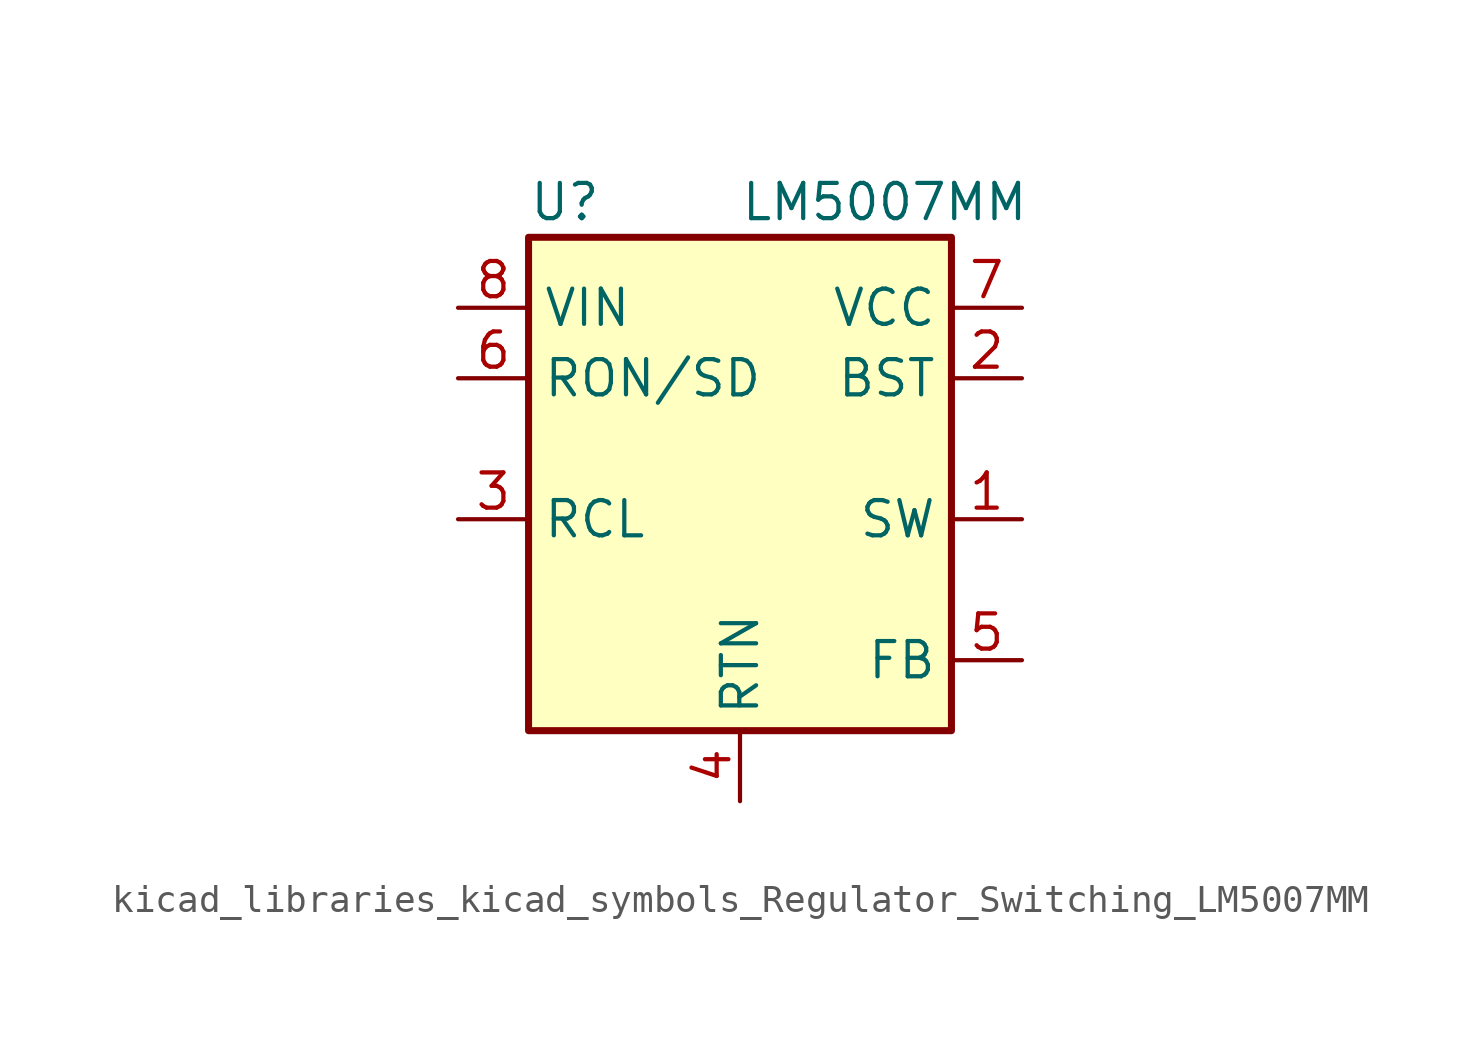
<source format=kicad_sym>
(kicad_symbol_lib
  (version 20220914)
  (generator kicad_symbol_editor)
  (symbol "kicad_libraries_kicad_symbols_Regulator_Switching_LM5007MM"
    (property "Reference" "U"
      (at -7.62 8.89 0)
      (effects (font (size 1.27 1.27)) (justify left)))
    (property "Value" "LM5007MM"
      (at 0 8.89 0)
      (effects (font (size 1.27 1.27)) (justify left)))
    (symbol "kicad_libraries_kicad_symbols_Regulator_Switching_LM5007MM_0_1"
      (rectangle (start -7.62 7.62) (end 7.62 -10.16) (stroke (width 0.254) (type default)) (fill (type background))))
    (symbol "kicad_libraries_kicad_symbols_Regulator_Switching_LM5007MM_1_1"
      (pin output line (at 10.16 -2.54 180) (length 2.54) (name "SW" (effects (font (size 1.27 1.27)))) (number "1" (effects (font (size 1.27 1.27)))))
      (pin input line (at 10.16 2.54 180) (length 2.54) (name "BST" (effects (font (size 1.27 1.27)))) (number "2" (effects (font (size 1.27 1.27)))))
      (pin input line (at -10.16 -2.54 0) (length 2.54) (name "RCL" (effects (font (size 1.27 1.27)))) (number "3" (effects (font (size 1.27 1.27)))))
      (pin power_in line (at 0 -12.7 90) (length 2.54) (name "RTN" (effects (font (size 1.27 1.27)))) (number "4" (effects (font (size 1.27 1.27)))))
      (pin input line (at 10.16 -7.62 180) (length 2.54) (name "FB" (effects (font (size 1.27 1.27)))) (number "5" (effects (font (size 1.27 1.27)))))
      (pin input line (at -10.16 2.54 0) (length 2.54) (name "RON/SD" (effects (font (size 1.27 1.27)))) (number "6" (effects (font (size 1.27 1.27)))))
      (pin output line (at 10.16 5.08 180) (length 2.54) (name "VCC" (effects (font (size 1.27 1.27)))) (number "7" (effects (font (size 1.27 1.27)))))
      (pin power_in line (at -10.16 5.08 0) (length 2.54) (name "VIN" (effects (font (size 1.27 1.27)))) (number "8" (effects (font (size 1.27 1.27))))))))
</source>
